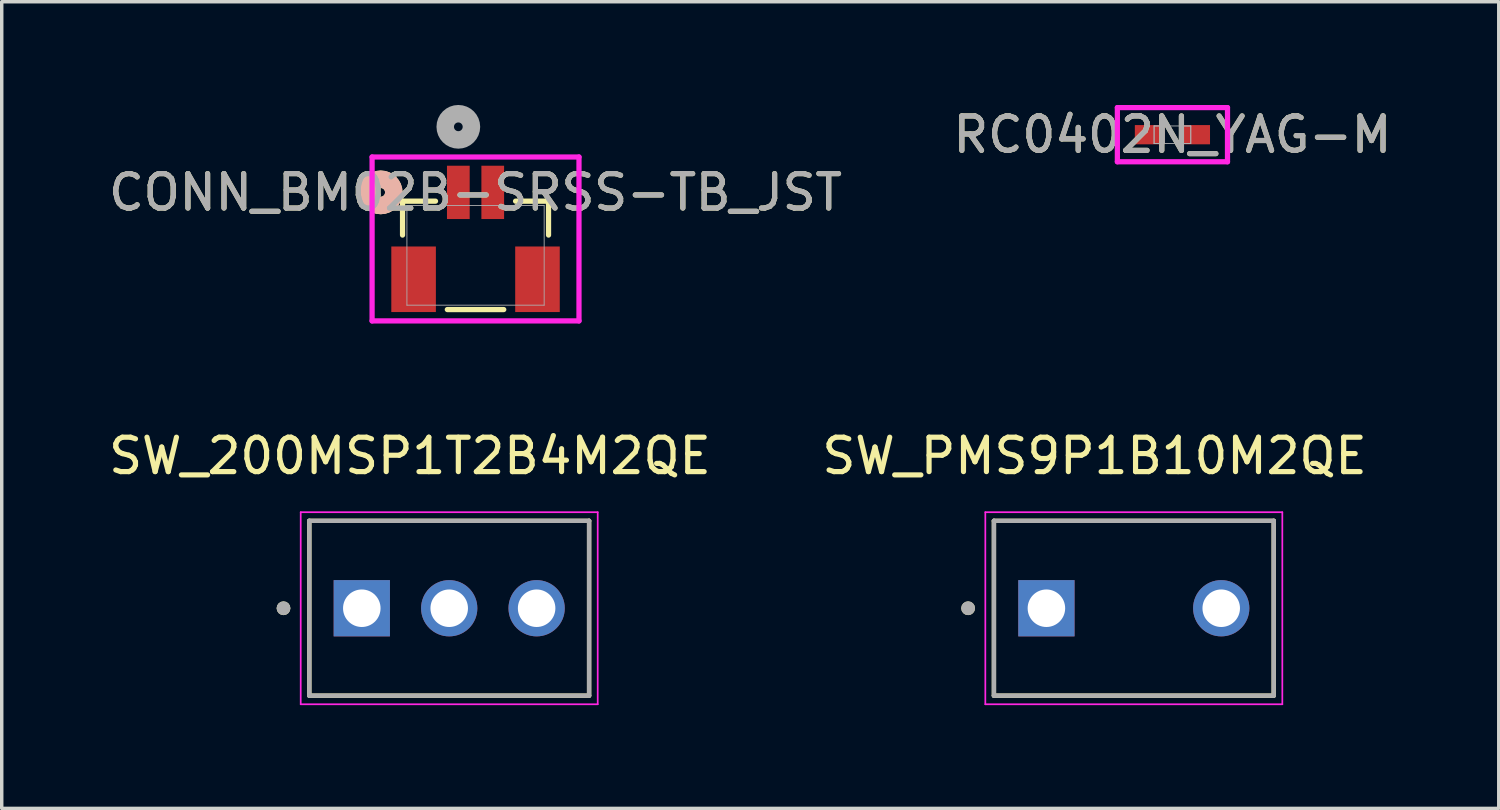
<source format=kicad_pcb>
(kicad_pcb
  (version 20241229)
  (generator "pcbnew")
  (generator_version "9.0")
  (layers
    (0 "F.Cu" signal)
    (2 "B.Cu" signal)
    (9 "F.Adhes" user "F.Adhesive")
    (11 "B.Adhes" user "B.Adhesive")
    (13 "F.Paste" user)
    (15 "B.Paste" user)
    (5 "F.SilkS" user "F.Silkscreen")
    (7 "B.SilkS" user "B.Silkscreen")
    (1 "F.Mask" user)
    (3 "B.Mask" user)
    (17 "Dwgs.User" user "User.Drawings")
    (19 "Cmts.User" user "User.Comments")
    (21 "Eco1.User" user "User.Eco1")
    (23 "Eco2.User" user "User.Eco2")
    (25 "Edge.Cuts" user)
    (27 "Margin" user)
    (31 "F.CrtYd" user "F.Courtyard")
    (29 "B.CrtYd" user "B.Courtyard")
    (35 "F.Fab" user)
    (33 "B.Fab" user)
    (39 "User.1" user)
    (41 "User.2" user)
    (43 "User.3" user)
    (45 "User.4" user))
  (footprint "SW_PMS9P1B10M2QE"
    (layer "F.Cu")
    (at 29.896 14.624)
    (property "Reference" "SW_PMS9P1B10M2QE" (at -1.14 -4.425 0) (layer "F.SilkS") (effects (font (size 1 1) (thickness 0.15))))
    (attr through_hole)
    (fp_line (start -4.065 -2.54) (end 4.065 -2.54) (stroke (width 0.127) (type solid)) (layer "F.SilkS"))
    (fp_line (start -4.065 2.54) (end -4.065 -2.54) (stroke (width 0.127) (type solid)) (layer "F.SilkS"))
    (fp_line (start 4.065 -2.54) (end 4.065 2.54) (stroke (width 0.127) (type solid)) (layer "F.SilkS"))
    (fp_line (start 4.065 2.54) (end -4.065 2.54) (stroke (width 0.127) (type solid)) (layer "F.SilkS"))
    (fp_circle (center -4.815 0) (end -4.715 0) (stroke (width 0.2) (type solid)) (fill no) (layer "F.SilkS"))
    (fp_line (start -4.315 -2.79) (end -4.315 2.79) (stroke (width 0.05) (type solid)) (layer "F.CrtYd"))
    (fp_line (start -4.315 2.79) (end 4.315 2.79) (stroke (width 0.05) (type solid)) (layer "F.CrtYd"))
    (fp_line (start 4.315 -2.79) (end -4.315 -2.79) (stroke (width 0.05) (type solid)) (layer "F.CrtYd"))
    (fp_line (start 4.315 2.79) (end 4.315 -2.79) (stroke (width 0.05) (type solid)) (layer "F.CrtYd"))
    (fp_line (start -4.065 -2.54) (end 4.065 -2.54) (stroke (width 0.127) (type solid)) (layer "F.Fab"))
    (fp_line (start -4.065 2.54) (end -4.065 -2.54) (stroke (width 0.127) (type solid)) (layer "F.Fab"))
    (fp_line (start 4.065 -2.54) (end 4.065 2.54) (stroke (width 0.127) (type solid)) (layer "F.Fab"))
    (fp_line (start 4.065 2.54) (end -4.065 2.54) (stroke (width 0.127) (type solid)) (layer "F.Fab"))
    (fp_circle (center -4.815 0) (end -4.715 0) (stroke (width 0.2) (type solid)) (fill no) (layer "F.Fab"))
    (pad "1" thru_hole rect (at -2.54 0) (size 1.635 1.635) (drill 1.09) (layers "*.Cu" "*.Mask"))
    (pad "3" thru_hole circle (at 2.54 0) (size 1.635 1.635) (drill 1.09) (layers "*.Cu" "*.Mask")))
  (footprint "SW_200MSP1T2B4M2QE"
    (layer "F.Cu")
    (at 10.003 14.624)
    (property "Reference" "SW_200MSP1T2B4M2QE" (at -1.14 -4.425 0) (layer "F.SilkS") (effects (font (size 1 1) (thickness 0.15))))
    (attr through_hole)
    (fp_line (start -4.065 -2.54) (end 4.065 -2.54) (stroke (width 0.127) (type solid)) (layer "F.SilkS"))
    (fp_line (start -4.065 2.54) (end -4.065 -2.54) (stroke (width 0.127) (type solid)) (layer "F.SilkS"))
    (fp_line (start 4.065 2.54) (end -4.065 2.54) (stroke (width 0.127) (type solid)) (layer "F.SilkS"))
    (fp_line (start 4.065 2.54) (end 4.065 -2.54) (stroke (width 0.127) (type solid)) (layer "F.SilkS"))
    (fp_circle (center -4.815 0) (end -4.715 0) (stroke (width 0.2) (type solid)) (fill no) (layer "F.SilkS"))
    (fp_line (start -4.315 -2.79) (end -4.315 2.79) (stroke (width 0.05) (type solid)) (layer "F.CrtYd"))
    (fp_line (start -4.315 2.79) (end 4.315 2.79) (stroke (width 0.05) (type solid)) (layer "F.CrtYd"))
    (fp_line (start 4.315 -2.79) (end -4.315 -2.79) (stroke (width 0.05) (type solid)) (layer "F.CrtYd"))
    (fp_line (start 4.315 2.79) (end 4.315 -2.79) (stroke (width 0.05) (type solid)) (layer "F.CrtYd"))
    (fp_line (start -4.065 -2.54) (end 4.065 -2.54) (stroke (width 0.127) (type solid)) (layer "F.Fab"))
    (fp_line (start -4.065 2.54) (end -4.065 -2.54) (stroke (width 0.127) (type solid)) (layer "F.Fab"))
    (fp_line (start 4.065 -2.54) (end 4.065 2.54) (stroke (width 0.127) (type solid)) (layer "F.Fab"))
    (fp_line (start 4.065 2.54) (end -4.065 2.54) (stroke (width 0.127) (type solid)) (layer "F.Fab"))
    (fp_circle (center -4.815 0) (end -4.715 0) (stroke (width 0.2) (type solid)) (fill no) (layer "F.Fab"))
    (pad "1" thru_hole rect (at -2.54 0) (size 1.635 1.635) (drill 1.09) (layers "*.Cu" "*.Mask"))
    (pad "2" thru_hole circle (at 0 0) (size 1.635 1.635) (drill 1.09) (layers "*.Cu" "*.Mask"))
    (pad "3" thru_hole circle (at 2.54 0) (size 1.635 1.635) (drill 1.09) (layers "*.Cu" "*.Mask")))
  (footprint "CONN_BM02B-SRSS-TB_JST"
    (layer "F.Cu")
    (at 10.768 4.37)
    (property "Reference" "CONN_BM02B-SRSS-TB_JST" (at 0 -1.83 0) (unlocked yes) (layer "F.SilkS") (effects (font (size 1 1) (thickness 0.15))))
    (attr smd)
    (fp_line (start -2.121 -1.575) (end -2.121 -0.59) (stroke (width 0.152) (type solid)) (layer "F.SilkS"))
    (fp_line (start -1.163 -1.575) (end -2.121 -1.575) (stroke (width 0.152) (type solid)) (layer "F.SilkS"))
    (fp_line (start -0.82 1.575) (end 0.82 1.575) (stroke (width 0.152) (type solid)) (layer "F.SilkS"))
    (fp_line (start 2.121 -1.575) (end 1.163 -1.575) (stroke (width 0.152) (type solid)) (layer "F.SilkS"))
    (fp_line (start 2.121 -0.59) (end 2.121 -1.575) (stroke (width 0.152) (type solid)) (layer "F.SilkS"))
    (fp_circle (center -2.756 -1.83) (end -2.375 -1.83) (stroke (width 0.508) (type solid)) (fill no) (layer "F.SilkS"))
    (fp_circle (center -2.756 -1.83) (end -2.375 -1.83) (stroke (width 0.508) (type solid)) (fill no) (layer "B.SilkS"))
    (fp_line (start -3.006 -2.858) (end -3.006 1.905) (stroke (width 0.152) (type solid)) (layer "F.CrtYd"))
    (fp_line (start -3.006 1.905) (end 3.006 1.905) (stroke (width 0.152) (type solid)) (layer "F.CrtYd"))
    (fp_line (start 3.006 -2.858) (end -3.006 -2.858) (stroke (width 0.152) (type solid)) (layer "F.CrtYd"))
    (fp_line (start 3.006 1.905) (end 3.006 -2.858) (stroke (width 0.152) (type solid)) (layer "F.CrtYd"))
    (fp_line (start -1.994 -1.448) (end -1.994 1.448) (stroke (width 0.025) (type solid)) (layer "F.Fab"))
    (fp_line (start -1.994 1.448) (end 1.994 1.448) (stroke (width 0.025) (type solid)) (layer "F.Fab"))
    (fp_line (start 1.994 -1.448) (end -1.994 -1.448) (stroke (width 0.025) (type solid)) (layer "F.Fab"))
    (fp_line (start 1.994 1.448) (end 1.994 -1.448) (stroke (width 0.025) (type solid)) (layer "F.Fab"))
    (fp_circle (center -0.5 -3.735) (end -0.119 -3.735) (stroke (width 0.508) (type solid)) (fill no) (layer "F.Fab"))
    (fp_text user "${REFERENCE}" (at 0 -1.83 0) (unlocked yes) (layer "F.Fab") (effects (font (size 1 1) (thickness 0.15))))
    (pad "1" smd rect (at -0.5 -1.83) (size 0.66 1.549) (layers "F.Cu" "F.Mask" "F.Paste"))
    (pad "2" smd rect (at 0.5 -1.83) (size 0.66 1.549) (layers "F.Cu" "F.Mask" "F.Paste"))
    (pad "3" smd rect (at -1.8 0.695 90) (size 1.905 1.295) (layers "F.Cu" "F.Mask" "F.Paste"))
    (pad "4" smd rect (at 1.8 0.695 90) (size 1.905 1.295) (layers "F.Cu" "F.Mask" "F.Paste")))
  (footprint "RC0402N_YAG-M"
    (layer "F.Cu")
    (at 31.018 0.864)
    (property "Reference" "RC0402N_YAG-M" (at 0 0 0) (unlocked yes) (layer "F.SilkS") (effects (font (size 1 1) (thickness 0.15))))
    (attr smd)
    (fp_line (start -1.6 -0.787) (end 1.6 -0.787) (stroke (width 0.152) (type solid)) (layer "F.CrtYd"))
    (fp_line (start -1.6 0.787) (end -1.6 -0.787) (stroke (width 0.152) (type solid)) (layer "F.CrtYd"))
    (fp_line (start 1.6 -0.787) (end 1.6 0.787) (stroke (width 0.152) (type solid)) (layer "F.CrtYd"))
    (fp_line (start 1.6 0.787) (end -1.6 0.787) (stroke (width 0.152) (type solid)) (layer "F.CrtYd"))
    (fp_line (start -0.533 -0.254) (end -0.533 0.254) (stroke (width 0.025) (type solid)) (layer "F.Fab"))
    (fp_line (start -0.533 -0.254) (end -0.533 0.254) (stroke (width 0.025) (type solid)) (layer "F.Fab"))
    (fp_line (start -0.533 0.254) (end -0.229 0.254) (stroke (width 0.025) (type solid)) (layer "F.Fab"))
    (fp_line (start -0.533 0.254) (end 0.533 0.254) (stroke (width 0.025) (type solid)) (layer "F.Fab"))
    (fp_line (start -0.229 -0.254) (end -0.533 -0.254) (stroke (width 0.025) (type solid)) (layer "F.Fab"))
    (fp_line (start -0.229 0.254) (end -0.229 -0.254) (stroke (width 0.025) (type solid)) (layer "F.Fab"))
    (fp_line (start 0.229 -0.254) (end 0.229 0.254) (stroke (width 0.025) (type solid)) (layer "F.Fab"))
    (fp_line (start 0.229 0.254) (end 0.533 0.254) (stroke (width 0.025) (type solid)) (layer "F.Fab"))
    (fp_line (start 0.533 -0.254) (end -0.533 -0.254) (stroke (width 0.025) (type solid)) (layer "F.Fab"))
    (fp_line (start 0.533 -0.254) (end 0.229 -0.254) (stroke (width 0.025) (type solid)) (layer "F.Fab"))
    (fp_line (start 0.533 0.254) (end 0.533 -0.254) (stroke (width 0.025) (type solid)) (layer "F.Fab"))
    (fp_line (start 0.533 0.254) (end 0.533 -0.254) (stroke (width 0.025) (type solid)) (layer "F.Fab"))
    (fp_text user "${REFERENCE}" (at 0 0 0) (unlocked yes) (layer "F.Fab") (effects (font (size 1 1) (thickness 0.15))))
    (pad "1" smd rect (at -0.66 0) (size 0.864 0.559) (layers "F.Cu" "F.Mask" "F.Paste"))
    (pad "2" smd rect (at 0.66 0) (size 0.864 0.559) (layers "F.Cu" "F.Mask" "F.Paste"))
    (zone (net_name "") (layer "F.Cu") (hatch full 0.508) (connect_pads) (min_thickness 0.254) (filled_areas_thickness no) (keepout (tracks not_allowed) (vias not_allowed) (pads allowed) (copperpour not_allowed) (footprints allowed)) (placement (enabled no)) (fill) (polygon (pts (xy 30.84 0.66) (xy 31.196 0.66) (xy 31.196 1.067) (xy 30.84 1.067)))))
  (gr_rect
    (start -3 -3)
    (end 40.5 20.439)
    (stroke (width 0.1) (type default))
    (fill no)
    (layer "Edge.Cuts")))
</source>
